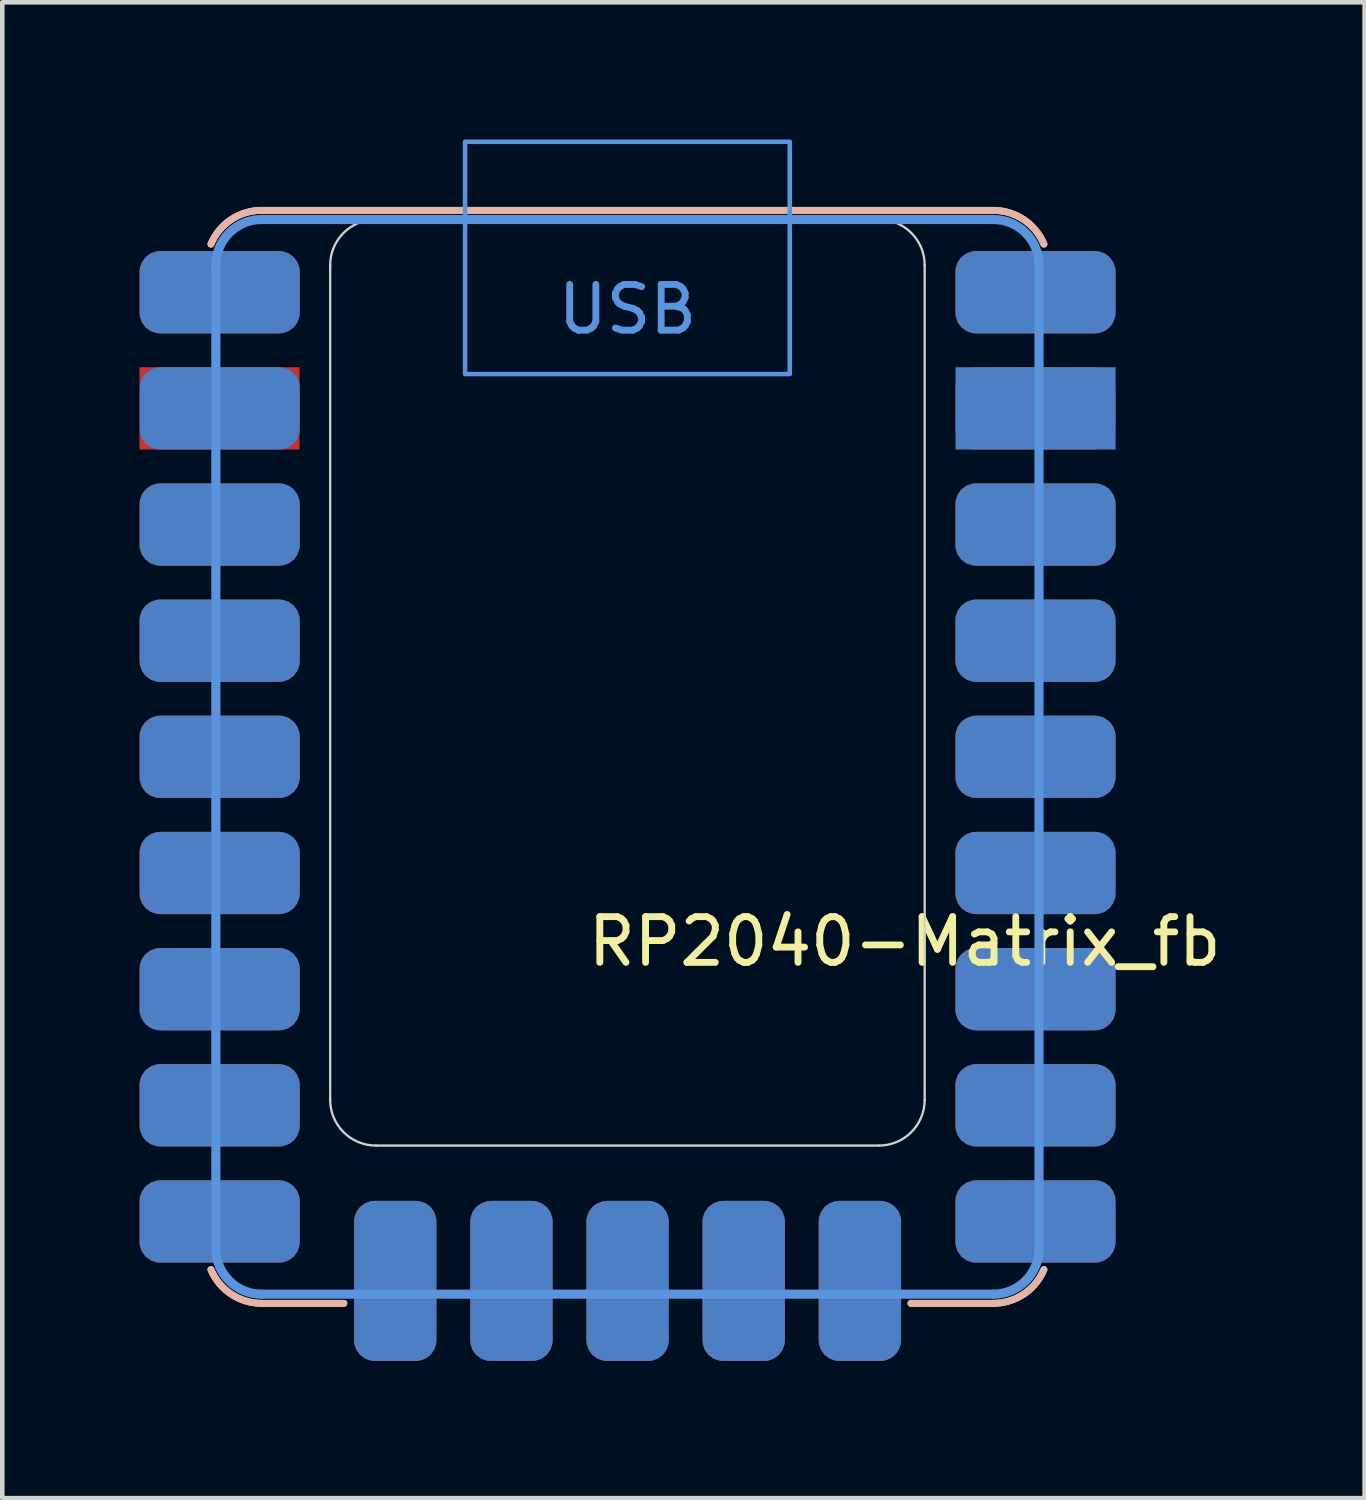
<source format=kicad_pcb>
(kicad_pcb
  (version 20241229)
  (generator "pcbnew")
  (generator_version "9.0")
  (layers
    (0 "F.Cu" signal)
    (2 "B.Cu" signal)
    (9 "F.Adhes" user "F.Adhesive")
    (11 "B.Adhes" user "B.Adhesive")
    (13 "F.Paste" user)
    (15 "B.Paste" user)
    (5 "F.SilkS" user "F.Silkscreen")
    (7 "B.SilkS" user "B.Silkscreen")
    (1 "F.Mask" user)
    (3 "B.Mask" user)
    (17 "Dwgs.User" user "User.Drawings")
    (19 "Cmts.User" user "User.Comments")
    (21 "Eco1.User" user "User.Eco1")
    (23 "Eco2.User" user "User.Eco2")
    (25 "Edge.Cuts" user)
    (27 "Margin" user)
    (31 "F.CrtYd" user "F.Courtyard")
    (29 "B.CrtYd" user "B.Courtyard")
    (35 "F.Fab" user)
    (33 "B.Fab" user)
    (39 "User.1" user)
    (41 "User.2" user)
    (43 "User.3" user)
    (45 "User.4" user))
  (footprint "RP2040-Matrix_fb"
    (layer "F.Cu")
    (at 10.67 13.5)
    (property "Reference" "RP2040-Matrix_fb" (at -0.94 4.039 180) (layer "F.SilkS") (effects (font (size 1 1) (thickness 0.15)) (justify left)))
    (attr smd exclude_from_pos_files exclude_from_bom)
    (fp_line (start -8 -11.95) (end 8 -11.95) (stroke (width 0.15) (type default)) (layer "F.SilkS"))
    (fp_line (start -8 11.95) (end -6.2 11.95) (stroke (width 0.15) (type default)) (layer "F.SilkS"))
    (fp_line (start 8 11.95) (end 6.2 11.95) (stroke (width 0.15) (type default)) (layer "F.SilkS"))
    (fp_arc (start -9.107693 -11.211539) (mid -8.665641 -11.748461) (end -8.000001 -11.950001) (stroke (width 0.15) (type default)) (layer "F.SilkS"))
    (fp_arc (start -8.000001 11.950001) (mid -8.665641 11.748461) (end -9.107693 11.211539) (stroke (width 0.15) (type default)) (layer "F.SilkS"))
    (fp_arc (start 8.000001 -11.950001) (mid 8.665641 -11.748461) (end 9.107693 -11.211539) (stroke (width 0.15) (type default)) (layer "F.SilkS"))
    (fp_arc (start 9.107693 11.211539) (mid 8.665641 11.748461) (end 8.000001 11.950001) (stroke (width 0.15) (type default)) (layer "F.SilkS"))
    (fp_line (start -8 11.95) (end -6.2 11.95) (stroke (width 0.15) (type default)) (layer "B.SilkS"))
    (fp_line (start 8 -11.95) (end -8 -11.95) (stroke (width 0.15) (type default)) (layer "B.SilkS"))
    (fp_line (start 8 11.95) (end 6.2 11.95) (stroke (width 0.15) (type default)) (layer "B.SilkS"))
    (fp_arc (start -9.107693 -11.211539) (mid -8.665641 -11.748461) (end -8.000001 -11.950001) (stroke (width 0.15) (type default)) (layer "B.SilkS"))
    (fp_arc (start -8.000001 11.950001) (mid -8.665641 11.748461) (end -9.107693 11.211539) (stroke (width 0.15) (type default)) (layer "B.SilkS"))
    (fp_arc (start 8.000001 -11.950001) (mid 8.665641 -11.748461) (end 9.107693 -11.211539) (stroke (width 0.15) (type default)) (layer "B.SilkS"))
    (fp_arc (start 9.107693 11.211539) (mid 8.665641 11.748461) (end 8.000001 11.950001) (stroke (width 0.15) (type default)) (layer "B.SilkS"))
    (fp_line (start -9 10.75) (end -9 -10.75) (stroke (width 0.2) (type default)) (layer "Cmts.User"))
    (fp_line (start -8 -11.75) (end 8 -11.75) (stroke (width 0.2) (type default)) (layer "Cmts.User"))
    (fp_line (start 8 11.75) (end -8 11.75) (stroke (width 0.2) (type default)) (layer "Cmts.User"))
    (fp_line (start 9 -10.75) (end 9 10.75) (stroke (width 0.2) (type default)) (layer "Cmts.User"))
    (fp_arc (start -9 -10.75) (mid -8.707108 -11.457107) (end -8 -11.749999) (stroke (width 0.2) (type default)) (layer "Cmts.User"))
    (fp_arc (start -8 11.749999) (mid -8.707107 11.457107) (end -9 10.75) (stroke (width 0.2) (type default)) (layer "Cmts.User"))
    (fp_arc (start 8 -11.749999) (mid 8.707106 -11.457106) (end 9 -10.75) (stroke (width 0.2) (type default)) (layer "Cmts.User"))
    (fp_arc (start 9 10.75) (mid 8.707107 11.457106) (end 8 11.749999) (stroke (width 0.2) (type default)) (layer "Cmts.User"))
    (fp_poly (pts (xy -3.55 -13.45) (xy 3.55 -13.45) (xy 3.55 -8.37) (xy -3.55 -8.37)) (stroke (width 0.1) (type default)) (fill no) (layer "Cmts.User"))
    (fp_line (start -6.5 7.5) (end -6.5 -10.75) (stroke (width 0.05) (type default)) (layer "Edge.Cuts"))
    (fp_line (start -5.5 -11.75) (end 5.5 -11.75) (stroke (width 0.05) (type default)) (layer "Edge.Cuts"))
    (fp_line (start 5.5 8.5) (end -5.5 8.5) (stroke (width 0.05) (type default)) (layer "Edge.Cuts"))
    (fp_line (start 6.5 -10.75) (end 6.5 7.5) (stroke (width 0.05) (type default)) (layer "Edge.Cuts"))
    (fp_arc (start -6.5 -10.75) (mid -6.207107 -11.457107) (end -5.5 -11.749999) (stroke (width 0.05) (type default)) (layer "Edge.Cuts"))
    (fp_arc (start -5.5 8.5) (mid -6.207107 8.207107) (end -6.5 7.5) (stroke (width 0.05) (type default)) (layer "Edge.Cuts"))
    (fp_arc (start 5.5 -11.75) (mid 6.207106 -11.457106) (end 6.5 -10.75) (stroke (width 0.05) (type default)) (layer "Edge.Cuts"))
    (fp_arc (start 6.5 7.5) (mid 6.207107 8.207107) (end 5.5 8.5) (stroke (width 0.05) (type default)) (layer "Edge.Cuts"))
    (fp_text user "USB" (at 0 -10.37 180) (layer "Cmts.User") (effects (font (size 1 1) (thickness 0.15)) (justify top)))
    (pad "1" smd roundrect (at -8.92 -10.16) (size 3.5 1.8) (layers "F.Cu" "F.Mask") (roundrect_rratio 0.25))
    (pad "1" smd roundrect (at 8.925 -10.16) (size 3.5 1.8) (layers "B.Cu" "B.Mask") (roundrect_rratio 0.25))
    (pad "2" smd rect (at -8.92 -7.62) (size 3.5 1.8) (layers "F.Cu" "F.Mask"))
    (pad "2" smd rect (at 8.925 -7.62) (size 3.5 1.8) (layers "B.Cu" "B.Mask"))
    (pad "3" smd roundrect (at -8.92 -5.08) (size 3.5 1.8) (layers "F.Cu" "F.Mask") (roundrect_rratio 0.25))
    (pad "3" smd roundrect (at 8.925 -5.08) (size 3.5 1.8) (layers "B.Cu" "B.Mask") (roundrect_rratio 0.25))
    (pad "4" smd roundrect (at -8.92 -2.54) (size 3.5 1.8) (layers "F.Cu" "F.Mask") (roundrect_rratio 0.25))
    (pad "4" smd roundrect (at 8.925 -2.54) (size 3.5 1.8) (layers "B.Cu" "B.Mask") (roundrect_rratio 0.25))
    (pad "5" smd roundrect (at -8.92 0) (size 3.5 1.8) (layers "F.Cu" "F.Mask") (roundrect_rratio 0.25))
    (pad "5" smd roundrect (at 8.925 0) (size 3.5 1.8) (layers "B.Cu" "B.Mask") (roundrect_rratio 0.25))
    (pad "6" smd roundrect (at -8.92 2.54) (size 3.5 1.8) (layers "F.Cu" "F.Mask") (roundrect_rratio 0.25))
    (pad "6" smd roundrect (at 8.925 2.54) (size 3.5 1.8) (layers "B.Cu" "B.Mask") (roundrect_rratio 0.25))
    (pad "7" smd roundrect (at -8.92 5.08) (size 3.5 1.8) (layers "F.Cu" "F.Mask") (roundrect_rratio 0.25))
    (pad "7" smd roundrect (at 8.925 5.08) (size 3.5 1.8) (layers "B.Cu" "B.Mask") (roundrect_rratio 0.25))
    (pad "8" smd roundrect (at -8.92 7.62) (size 3.5 1.8) (layers "F.Cu" "F.Mask") (roundrect_rratio 0.25))
    (pad "8" smd roundrect (at 8.925 7.62) (size 3.5 1.8) (layers "B.Cu" "B.Mask") (roundrect_rratio 0.25))
    (pad "9" smd roundrect (at -8.92 10.16) (size 3.5 1.8) (layers "F.Cu" "F.Mask") (roundrect_rratio 0.25))
    (pad "9" smd roundrect (at 8.925 10.16) (size 3.5 1.8) (layers "B.Cu" "B.Mask") (roundrect_rratio 0.25))
    (pad "10" smd roundrect (at -8.915 -10.16 180) (size 3.5 1.8) (layers "B.Cu" "B.Mask") (roundrect_rratio 0.25))
    (pad "10" smd roundrect (at 8.92 -10.16 180) (size 3.5 1.8) (layers "F.Cu" "F.Mask") (roundrect_rratio 0.25))
    (pad "11" smd roundrect (at -8.915 -7.62 180) (size 3.5 1.8) (layers "B.Cu" "B.Mask") (roundrect_rratio 0.25))
    (pad "11" smd roundrect (at 8.92 -7.62 180) (size 3.5 1.8) (layers "F.Cu" "F.Mask") (roundrect_rratio 0.25))
    (pad "12" smd roundrect (at -8.915 -5.08 180) (size 3.5 1.8) (layers "B.Cu" "B.Mask") (roundrect_rratio 0.25))
    (pad "12" smd roundrect (at 8.92 -5.08 180) (size 3.5 1.8) (layers "F.Cu" "F.Mask") (roundrect_rratio 0.25))
    (pad "13" smd roundrect (at -8.915 -2.54) (size 3.5 1.8) (layers "B.Cu" "B.Mask") (roundrect_rratio 0.25))
    (pad "13" smd roundrect (at 8.92 -2.54) (size 3.5 1.8) (layers "F.Cu" "F.Mask") (roundrect_rratio 0.25))
    (pad "14" smd roundrect (at -8.915 0) (size 3.5 1.8) (layers "B.Cu" "B.Mask") (roundrect_rratio 0.25))
    (pad "14" smd roundrect (at 8.92 0) (size 3.5 1.8) (layers "F.Cu" "F.Mask") (roundrect_rratio 0.25))
    (pad "15" smd roundrect (at -8.915 2.54) (size 3.5 1.8) (layers "B.Cu" "B.Mask") (roundrect_rratio 0.25))
    (pad "15" smd roundrect (at 8.92 2.54) (size 3.5 1.8) (layers "F.Cu" "F.Mask") (roundrect_rratio 0.25))
    (pad "16" smd roundrect (at -8.915 5.08) (size 3.5 1.8) (layers "B.Cu" "B.Mask") (roundrect_rratio 0.25))
    (pad "16" smd roundrect (at 8.92 5.08) (size 3.5 1.8) (layers "F.Cu" "F.Mask") (roundrect_rratio 0.25))
    (pad "17" smd roundrect (at -8.915 7.62) (size 3.5 1.8) (layers "B.Cu" "B.Mask") (roundrect_rratio 0.25))
    (pad "17" smd roundrect (at 8.92 7.62) (size 3.5 1.8) (layers "F.Cu" "F.Mask") (roundrect_rratio 0.25))
    (pad "18" smd roundrect (at -8.915 10.16) (size 3.5 1.8) (layers "B.Cu" "B.Mask") (roundrect_rratio 0.25))
    (pad "18" smd roundrect (at 8.92 10.16) (size 3.5 1.8) (layers "F.Cu" "F.Mask") (roundrect_rratio 0.25))
    (pad "19" smd roundrect (at -5.08 11.46 270) (size 3.5 1.8) (layers "F.Cu" "F.Mask") (roundrect_rratio 0.25))
    (pad "19" smd roundrect (at 5.085 11.46 90) (size 3.5 1.8) (layers "B.Cu" "B.Mask") (roundrect_rratio 0.25))
    (pad "20" smd roundrect (at -2.54 11.46 270) (size 3.5 1.8) (layers "F.Cu" "F.Mask") (roundrect_rratio 0.25))
    (pad "20" smd roundrect (at 2.545 11.46 90) (size 3.5 1.8) (layers "B.Cu" "B.Mask") (roundrect_rratio 0.25))
    (pad "21" smd roundrect (at 0 11.46 270) (size 3.5 1.8) (layers "F.Cu" "F.Mask") (roundrect_rratio 0.25))
    (pad "21" smd roundrect (at 0.005 11.46 90) (size 3.5 1.8) (layers "B.Cu" "B.Mask") (roundrect_rratio 0.25))
    (pad "22" smd roundrect (at -2.535 11.46 90) (size 3.5 1.8) (layers "B.Cu" "B.Mask") (roundrect_rratio 0.25))
    (pad "22" smd roundrect (at 2.54 11.46 270) (size 3.5 1.8) (layers "F.Cu" "F.Mask") (roundrect_rratio 0.25))
    (pad "23" smd roundrect (at -5.075 11.46 90) (size 3.5 1.8) (layers "B.Cu" "B.Mask") (roundrect_rratio 0.25))
    (pad "23" smd roundrect (at 5.08 11.46 270) (size 3.5 1.8) (layers "F.Cu" "F.Mask") (roundrect_rratio 0.25)))
  (gr_rect
    (start -3 -3)
    (end 26.79 29.71)
    (stroke (width 0.1) (type default))
    (fill no)
    (layer "Edge.Cuts")))
</source>
